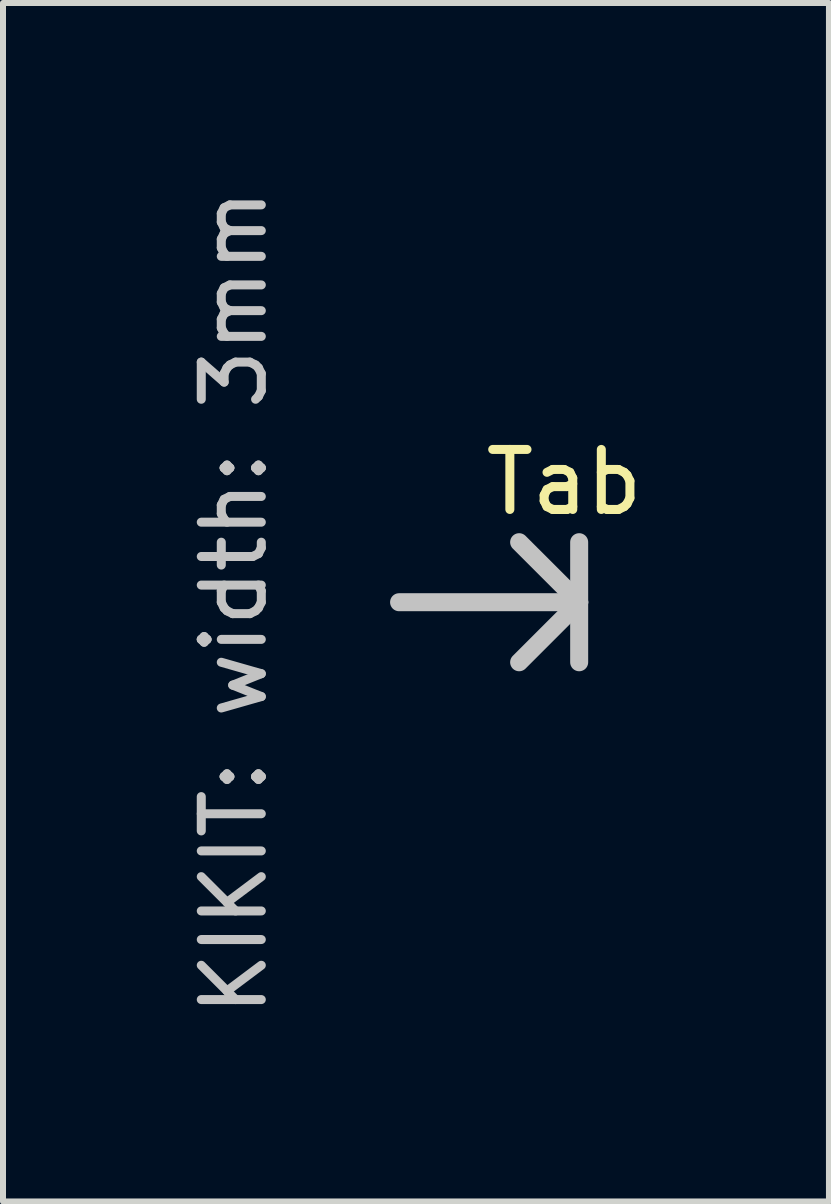
<source format=kicad_pcb>
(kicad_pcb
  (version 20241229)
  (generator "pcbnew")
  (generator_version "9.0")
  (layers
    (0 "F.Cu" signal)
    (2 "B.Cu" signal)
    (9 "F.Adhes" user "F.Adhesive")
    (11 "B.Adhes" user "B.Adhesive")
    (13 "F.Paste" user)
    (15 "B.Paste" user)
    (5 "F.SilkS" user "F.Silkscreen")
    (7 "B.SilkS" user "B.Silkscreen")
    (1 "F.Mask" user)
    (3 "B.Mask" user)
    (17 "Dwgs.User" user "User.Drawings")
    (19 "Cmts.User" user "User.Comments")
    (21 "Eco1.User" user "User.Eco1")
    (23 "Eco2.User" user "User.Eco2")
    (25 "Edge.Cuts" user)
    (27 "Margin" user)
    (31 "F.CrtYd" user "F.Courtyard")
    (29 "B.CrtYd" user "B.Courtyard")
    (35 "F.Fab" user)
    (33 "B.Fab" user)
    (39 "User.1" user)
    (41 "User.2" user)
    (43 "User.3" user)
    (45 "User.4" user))
  (footprint "Tab"
    (layer "F.Cu")
    (at 6.348 6.982)
    (property "Reference" "Tab" (at 0 -2 0) (layer "F.SilkS") (effects (font (size 1 1) (thickness 0.15))))
    (attr exclude_from_pos_files exclude_from_bom)
    (fp_line (start 0.25 0) (end -2.75 0) (stroke (width 0.3) (type solid)) (layer "Dwgs.User"))
    (fp_line (start 0.25 0) (end -0.75 -1) (stroke (width 0.3) (type solid)) (layer "Dwgs.User"))
    (fp_line (start 0.25 0) (end -0.75 1) (stroke (width 0.3) (type solid)) (layer "Dwgs.User"))
    (fp_line (start 0.25 1) (end 0.25 -1) (stroke (width 0.3) (type solid)) (layer "Dwgs.User"))
    (fp_text user "KIKIT: width: 3mm" (at -5.5 0 90) (layer "Dwgs.User") (effects (font (size 1 1) (thickness 0.15)))))
  (gr_rect
    (start -3 -3)
    (end 10.759 16.964)
    (stroke (width 0.1) (type default))
    (fill no)
    (layer "Edge.Cuts")))
</source>
